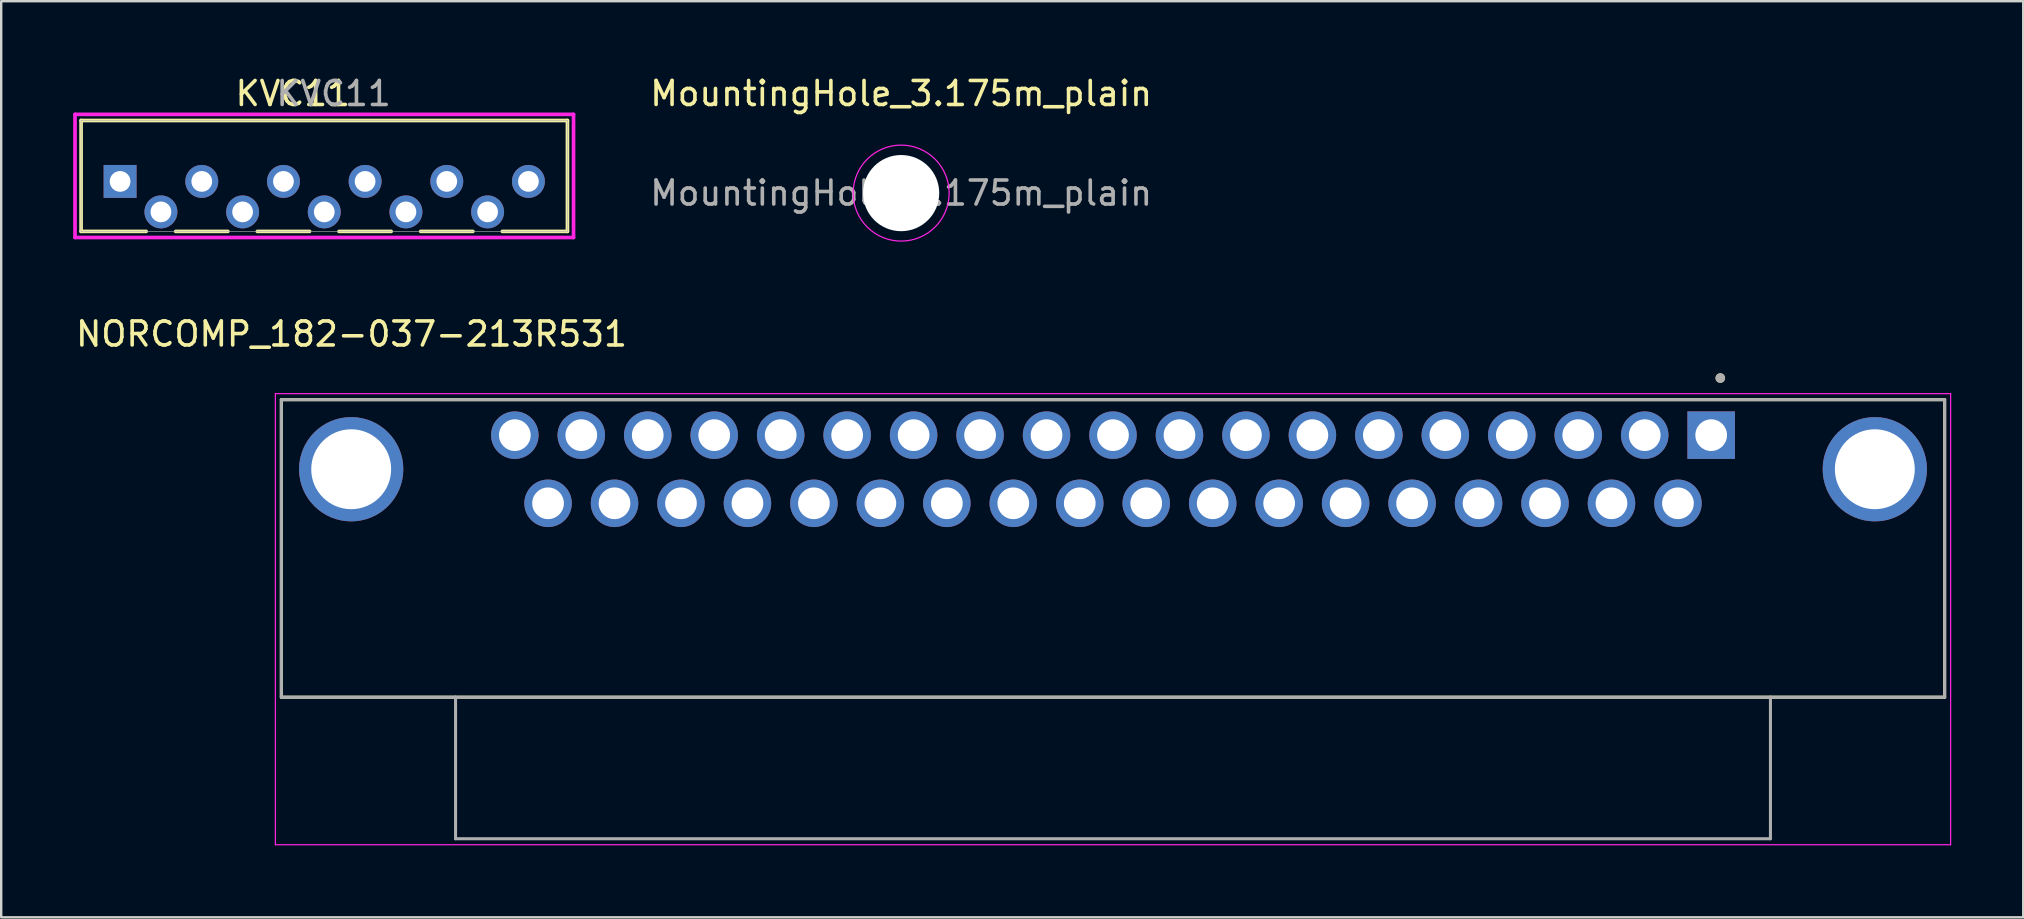
<source format=kicad_pcb>
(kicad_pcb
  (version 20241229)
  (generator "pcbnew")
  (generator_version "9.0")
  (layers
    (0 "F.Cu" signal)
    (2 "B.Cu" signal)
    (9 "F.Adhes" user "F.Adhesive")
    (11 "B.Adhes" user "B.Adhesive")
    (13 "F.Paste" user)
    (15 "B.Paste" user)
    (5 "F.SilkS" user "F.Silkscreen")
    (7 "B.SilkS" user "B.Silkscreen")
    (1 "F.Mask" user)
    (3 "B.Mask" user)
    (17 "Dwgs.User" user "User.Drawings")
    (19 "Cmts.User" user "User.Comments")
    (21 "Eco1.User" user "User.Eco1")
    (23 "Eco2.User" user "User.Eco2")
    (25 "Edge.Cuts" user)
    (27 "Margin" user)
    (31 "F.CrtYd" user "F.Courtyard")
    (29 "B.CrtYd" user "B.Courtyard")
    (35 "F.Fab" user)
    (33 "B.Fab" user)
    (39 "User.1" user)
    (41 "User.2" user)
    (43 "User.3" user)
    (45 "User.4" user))
  (footprint "KVC11"
    (layer "F.Cu")
    (at 10.353 4.148)
    (property "Reference" "KVC11" (at -1.2 -3.3 0) (unlocked yes) (layer "F.SilkS") (effects (font (size 1 1) (thickness 0.15))))
    (attr through_hole)
    (fp_line (start -10.023 -2.177) (end -10.023 2.446) (stroke (width 0.152) (type solid)) (layer "F.SilkS"))
    (fp_line (start -10.023 2.446) (end -7.31 2.446) (stroke (width 0.152) (type solid)) (layer "F.SilkS"))
    (fp_line (start -6.082 2.446) (end -3.906 2.446) (stroke (width 0.152) (type solid)) (layer "F.SilkS"))
    (fp_line (start -2.678 2.446) (end -0.502 2.446) (stroke (width 0.152) (type solid)) (layer "F.SilkS"))
    (fp_line (start 0.725 2.446) (end 2.901 2.446) (stroke (width 0.152) (type solid)) (layer "F.SilkS"))
    (fp_line (start 4.129 2.446) (end 6.305 2.446) (stroke (width 0.152) (type solid)) (layer "F.SilkS"))
    (fp_line (start 7.532 2.446) (end 10.246 2.446) (stroke (width 0.152) (type solid)) (layer "F.SilkS"))
    (fp_line (start 10.246 -2.177) (end -10.023 -2.177) (stroke (width 0.152) (type solid)) (layer "F.SilkS"))
    (fp_line (start 10.246 2.446) (end 10.246 -2.177) (stroke (width 0.152) (type solid)) (layer "F.SilkS"))
    (fp_line (start -10.277 -2.431) (end -10.277 2.7) (stroke (width 0.152) (type solid)) (layer "F.CrtYd"))
    (fp_line (start -10.277 2.7) (end 10.5 2.7) (stroke (width 0.152) (type solid)) (layer "F.CrtYd"))
    (fp_line (start 10.5 -2.431) (end -10.277 -2.431) (stroke (width 0.152) (type solid)) (layer "F.CrtYd"))
    (fp_line (start 10.5 2.7) (end 10.5 -2.431) (stroke (width 0.152) (type solid)) (layer "F.CrtYd"))
    (fp_line (start -10.023 -2.177) (end -10.023 2.446) (stroke (width 0.025) (type solid)) (layer "F.Fab"))
    (fp_line (start -10.023 2.446) (end 10.246 2.446) (stroke (width 0.025) (type solid)) (layer "F.Fab"))
    (fp_line (start 10.246 -2.177) (end -10.023 -2.177) (stroke (width 0.025) (type solid)) (layer "F.Fab"))
    (fp_line (start 10.246 2.446) (end 10.246 -2.177) (stroke (width 0.025) (type solid)) (layer "F.Fab"))
    (fp_text user "${REFERENCE}" (at 0.5 -3.3 0) (unlocked yes) (layer "F.Fab") (effects (font (size 1 1) (thickness 0.15))))
    (pad "1" thru_hole rect (at -8.398 0.363) (size 1.372 1.372) (drill 0.864) (layers "*.Cu" "*.Mask"))
    (pad "2" thru_hole circle (at -6.696 1.633) (size 1.372 1.372) (drill 0.864) (layers "*.Cu" "*.Mask"))
    (pad "3" thru_hole circle (at -4.994 0.363) (size 1.372 1.372) (drill 0.864) (layers "*.Cu" "*.Mask"))
    (pad "4" thru_hole circle (at -3.292 1.633) (size 1.372 1.372) (drill 0.864) (layers "*.Cu" "*.Mask"))
    (pad "5" thru_hole circle (at -1.59 0.363) (size 1.372 1.372) (drill 0.864) (layers "*.Cu" "*.Mask"))
    (pad "6" thru_hole circle (at 0.111 1.633) (size 1.372 1.372) (drill 0.864) (layers "*.Cu" "*.Mask"))
    (pad "7" thru_hole circle (at 1.813 0.363) (size 1.372 1.372) (drill 0.864) (layers "*.Cu" "*.Mask"))
    (pad "8" thru_hole circle (at 3.515 1.633) (size 1.372 1.372) (drill 0.864) (layers "*.Cu" "*.Mask"))
    (pad "9" thru_hole circle (at 5.217 0.363) (size 1.372 1.372) (drill 0.864) (layers "*.Cu" "*.Mask"))
    (pad "10" thru_hole circle (at 6.919 1.633) (size 1.372 1.372) (drill 0.864) (layers "*.Cu" "*.Mask"))
    (pad "11" thru_hole circle (at 8.62 0.363) (size 1.372 1.372) (drill 0.864) (layers "*.Cu" "*.Mask")))
  (footprint "MountingHole_3.175m_plain"
    (layer "F.Cu")
    (at 34.507 4.998)
    (property "Reference" "MountingHole_3.175m_plain" (at 0 -4.15 0) (layer "F.SilkS") (effects (font (size 1 1) (thickness 0.15))))
    (attr exclude_from_pos_files exclude_from_bom)
    (fp_circle (center 0 0) (end 2 0) (stroke (width 0.05) (type solid)) (fill no) (layer "F.CrtYd"))
    (fp_text user "${REFERENCE}" (at 0 0 0) (layer "F.Fab") (effects (font (size 1 1) (thickness 0.15))))
    (pad "" np_thru_hole circle (at 0 0) (size 3.175 3.175) (drill 3.175) (layers "*.Cu" "*.Mask")))
  (footprint "NORCOMP_182-037-213R531"
    (layer "F.Cu")
    (at 43.336 16.506)
    (property "Reference" "NORCOMP_182-037-213R531" (at -31.735 -5.635 0) (layer "F.SilkS") (effects (font (size 1 1) (thickness 0.15))))
    (attr through_hole)
    (fp_line (start -34.66 -2.9) (end 34.66 -2.9) (stroke (width 0.127) (type solid)) (layer "F.SilkS"))
    (fp_line (start -34.66 9.5) (end -34.66 -2.9) (stroke (width 0.127) (type solid)) (layer "F.SilkS"))
    (fp_line (start 34.66 -2.9) (end 34.66 9.5) (stroke (width 0.127) (type solid)) (layer "F.SilkS"))
    (fp_line (start 34.66 9.5) (end -34.66 9.5) (stroke (width 0.127) (type solid)) (layer "F.SilkS"))
    (fp_circle (center 25.31 -3.8) (end 25.41 -3.8) (stroke (width 0.2) (type solid)) (fill no) (layer "F.SilkS"))
    (fp_line (start -34.91 -3.15) (end -34.91 15.65) (stroke (width 0.05) (type solid)) (layer "F.CrtYd"))
    (fp_line (start -34.91 15.65) (end 34.91 15.65) (stroke (width 0.05) (type solid)) (layer "F.CrtYd"))
    (fp_line (start 34.91 -3.15) (end -34.91 -3.15) (stroke (width 0.05) (type solid)) (layer "F.CrtYd"))
    (fp_line (start 34.91 15.65) (end 34.91 -3.15) (stroke (width 0.05) (type solid)) (layer "F.CrtYd"))
    (fp_line (start -34.66 -2.9) (end 34.66 -2.9) (stroke (width 0.127) (type solid)) (layer "F.Fab"))
    (fp_line (start -34.66 9.5) (end -34.66 -2.9) (stroke (width 0.127) (type solid)) (layer "F.Fab"))
    (fp_line (start -27.4 9.5) (end -34.66 9.5) (stroke (width 0.127) (type solid)) (layer "F.Fab"))
    (fp_line (start -27.4 9.5) (end -27.4 15.4) (stroke (width 0.127) (type solid)) (layer "F.Fab"))
    (fp_line (start -27.4 15.4) (end 27.4 15.4) (stroke (width 0.127) (type solid)) (layer "F.Fab"))
    (fp_line (start 27.4 9.5) (end -27.4 9.5) (stroke (width 0.127) (type solid)) (layer "F.Fab"))
    (fp_line (start 27.4 15.4) (end 27.4 9.5) (stroke (width 0.127) (type solid)) (layer "F.Fab"))
    (fp_line (start 34.66 -2.9) (end 34.66 9.5) (stroke (width 0.127) (type solid)) (layer "F.Fab"))
    (fp_line (start 34.66 9.5) (end 27.4 9.5) (stroke (width 0.127) (type solid)) (layer "F.Fab"))
    (fp_circle (center 25.31 -3.8) (end 25.41 -3.8) (stroke (width 0.2) (type solid)) (fill no) (layer "F.Fab"))
    (pad "1" thru_hole rect (at 24.93 -1.42) (size 1.98 1.98) (drill 1.32) (layers "*.Cu" "*.Mask"))
    (pad "2" thru_hole circle (at 22.16 -1.42) (size 1.98 1.98) (drill 1.32) (layers "*.Cu" "*.Mask"))
    (pad "3" thru_hole circle (at 19.39 -1.42) (size 1.98 1.98) (drill 1.32) (layers "*.Cu" "*.Mask"))
    (pad "4" thru_hole circle (at 16.62 -1.42) (size 1.98 1.98) (drill 1.32) (layers "*.Cu" "*.Mask"))
    (pad "5" thru_hole circle (at 13.85 -1.42) (size 1.98 1.98) (drill 1.32) (layers "*.Cu" "*.Mask"))
    (pad "6" thru_hole circle (at 11.08 -1.42) (size 1.98 1.98) (drill 1.32) (layers "*.Cu" "*.Mask"))
    (pad "7" thru_hole circle (at 8.31 -1.42) (size 1.98 1.98) (drill 1.32) (layers "*.Cu" "*.Mask"))
    (pad "8" thru_hole circle (at 5.54 -1.42) (size 1.98 1.98) (drill 1.32) (layers "*.Cu" "*.Mask"))
    (pad "9" thru_hole circle (at 2.77 -1.42) (size 1.98 1.98) (drill 1.32) (layers "*.Cu" "*.Mask"))
    (pad "10" thru_hole circle (at 0 -1.42) (size 1.98 1.98) (drill 1.32) (layers "*.Cu" "*.Mask"))
    (pad "11" thru_hole circle (at -2.77 -1.42) (size 1.98 1.98) (drill 1.32) (layers "*.Cu" "*.Mask"))
    (pad "12" thru_hole circle (at -5.54 -1.42) (size 1.98 1.98) (drill 1.32) (layers "*.Cu" "*.Mask"))
    (pad "13" thru_hole circle (at -8.31 -1.42) (size 1.98 1.98) (drill 1.32) (layers "*.Cu" "*.Mask"))
    (pad "14" thru_hole circle (at -11.08 -1.42) (size 1.98 1.98) (drill 1.32) (layers "*.Cu" "*.Mask"))
    (pad "15" thru_hole circle (at -13.85 -1.42) (size 1.98 1.98) (drill 1.32) (layers "*.Cu" "*.Mask"))
    (pad "16" thru_hole circle (at -16.62 -1.42) (size 1.98 1.98) (drill 1.32) (layers "*.Cu" "*.Mask"))
    (pad "17" thru_hole circle (at -19.39 -1.42) (size 1.98 1.98) (drill 1.32) (layers "*.Cu" "*.Mask"))
    (pad "18" thru_hole circle (at -22.16 -1.42) (size 1.98 1.98) (drill 1.32) (layers "*.Cu" "*.Mask"))
    (pad "19" thru_hole circle (at -24.93 -1.42) (size 1.98 1.98) (drill 1.32) (layers "*.Cu" "*.Mask"))
    (pad "20" thru_hole circle (at 23.545 1.42) (size 1.98 1.98) (drill 1.32) (layers "*.Cu" "*.Mask"))
    (pad "21" thru_hole circle (at 20.775 1.42) (size 1.98 1.98) (drill 1.32) (layers "*.Cu" "*.Mask"))
    (pad "22" thru_hole circle (at 18.005 1.42) (size 1.98 1.98) (drill 1.32) (layers "*.Cu" "*.Mask"))
    (pad "23" thru_hole circle (at 15.235 1.42) (size 1.98 1.98) (drill 1.32) (layers "*.Cu" "*.Mask"))
    (pad "24" thru_hole circle (at 12.465 1.42) (size 1.98 1.98) (drill 1.32) (layers "*.Cu" "*.Mask"))
    (pad "25" thru_hole circle (at 9.695 1.42) (size 1.98 1.98) (drill 1.32) (layers "*.Cu" "*.Mask"))
    (pad "26" thru_hole circle (at 6.925 1.42) (size 1.98 1.98) (drill 1.32) (layers "*.Cu" "*.Mask"))
    (pad "27" thru_hole circle (at 4.155 1.42) (size 1.98 1.98) (drill 1.32) (layers "*.Cu" "*.Mask"))
    (pad "28" thru_hole circle (at 1.385 1.42) (size 1.98 1.98) (drill 1.32) (layers "*.Cu" "*.Mask"))
    (pad "29" thru_hole circle (at -1.385 1.42) (size 1.98 1.98) (drill 1.32) (layers "*.Cu" "*.Mask"))
    (pad "30" thru_hole circle (at -4.155 1.42) (size 1.98 1.98) (drill 1.32) (layers "*.Cu" "*.Mask"))
    (pad "31" thru_hole circle (at -6.925 1.42) (size 1.98 1.98) (drill 1.32) (layers "*.Cu" "*.Mask"))
    (pad "32" thru_hole circle (at -9.695 1.42) (size 1.98 1.98) (drill 1.32) (layers "*.Cu" "*.Mask"))
    (pad "33" thru_hole circle (at -12.465 1.42) (size 1.98 1.98) (drill 1.32) (layers "*.Cu" "*.Mask"))
    (pad "34" thru_hole circle (at -15.235 1.42) (size 1.98 1.98) (drill 1.32) (layers "*.Cu" "*.Mask"))
    (pad "35" thru_hole circle (at -18.005 1.42) (size 1.98 1.98) (drill 1.32) (layers "*.Cu" "*.Mask"))
    (pad "36" thru_hole circle (at -20.775 1.42) (size 1.98 1.98) (drill 1.32) (layers "*.Cu" "*.Mask"))
    (pad "37" thru_hole circle (at -23.545 1.42) (size 1.98 1.98) (drill 1.32) (layers "*.Cu" "*.Mask"))
    (pad "S1" thru_hole circle (at 31.75 0) (size 4.346 4.346) (drill 3.33) (layers "*.Cu" "*.Mask"))
    (pad "S2" thru_hole circle (at -31.75 0) (size 4.346 4.346) (drill 3.33) (layers "*.Cu" "*.Mask")))
  (gr_rect
    (start -3 -3)
    (end 81.271 35.181)
    (stroke (width 0.1) (type default))
    (fill no)
    (layer "Edge.Cuts")))
</source>
